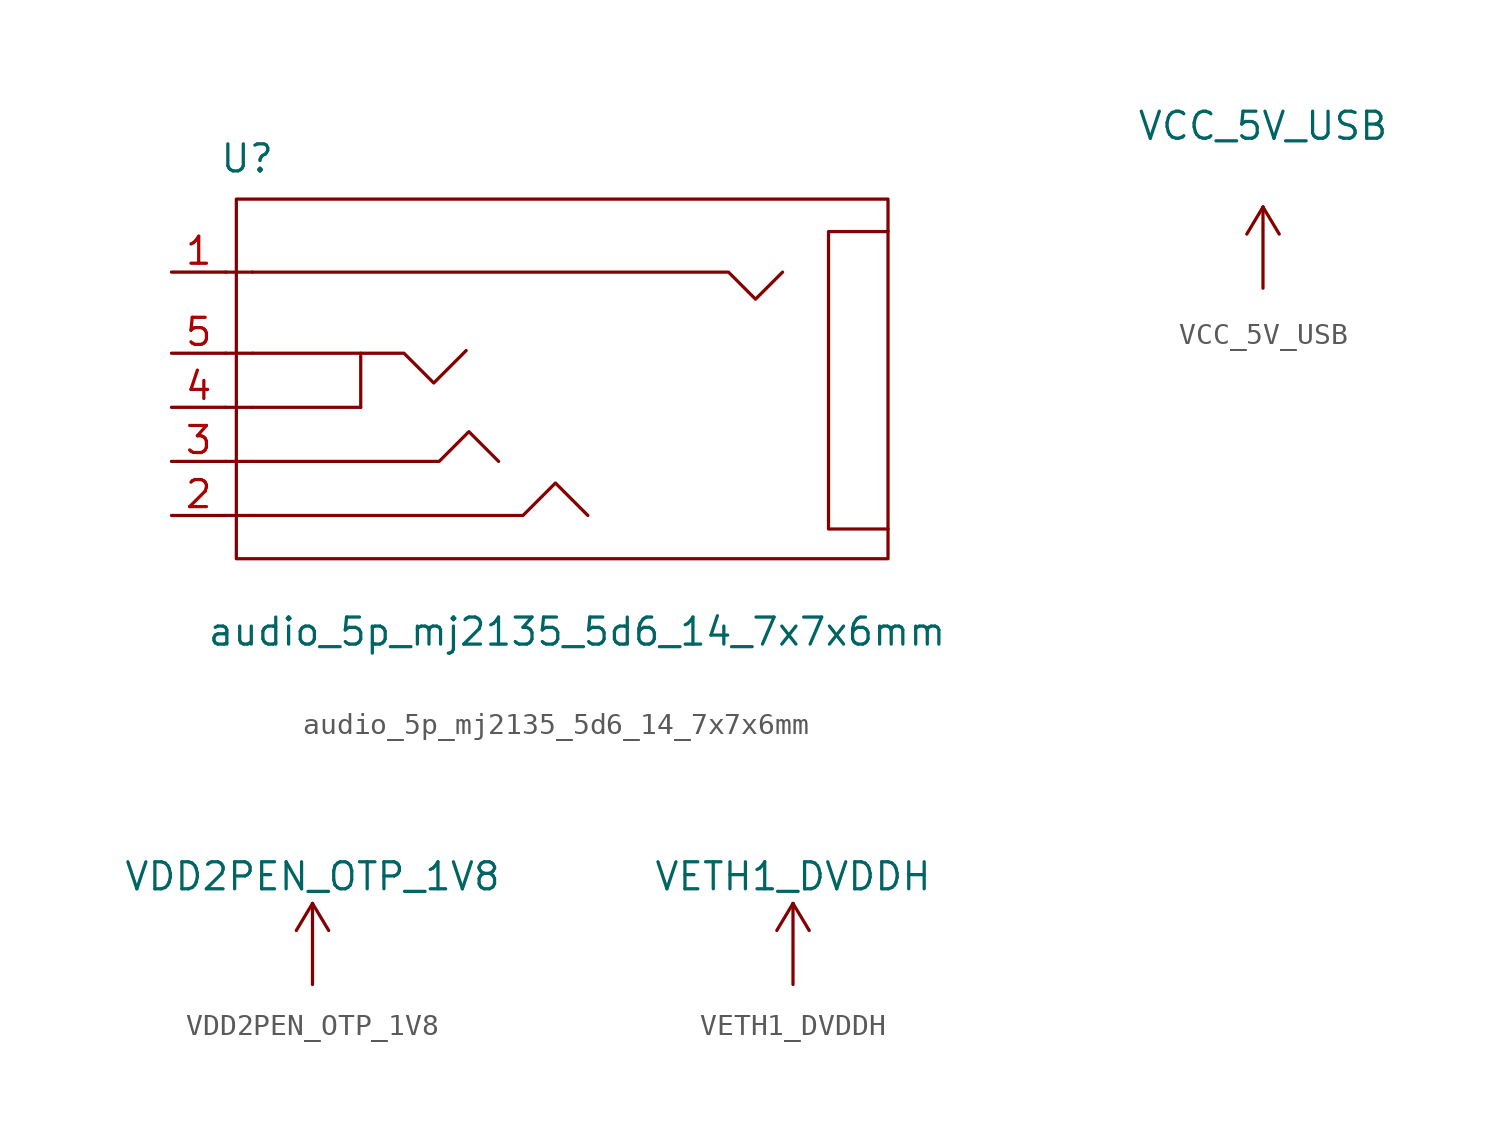
<source format=kicad_sym>
(kicad_symbol_lib
  (version 20201005)
  (generator kicad_symbol_editor)
  (symbol "BeagleV:audio_5p_mj2135_5d6_14_7x7x6mm"
    (property "Reference" "U"
      (at -6.604 9.144 0)
      (effects (font (size 1.27 1.27))))
    (property "Value" "audio_5p_mj2135_5d6_14_7x7x6mm"
      (at 8.89 -13.081 0)
      (effects (font (size 1.27 1.27))))
    (symbol "audio_5p_mj2135_5d6_14_7x7x6mm_0_0"
      (rectangle (start -7.112 7.239) (end 23.495 -9.652) (stroke (width 0.152)) (fill (type none)))
      (polyline (pts (xy -6.35 -2.54) (xy -2.286 -2.54) (xy -1.27 -2.54)) (stroke (width 0.152)) (fill (type none)))
      (polyline (pts (xy -6.35 -7.62) (xy 6.35 -7.62) (xy 7.874 -6.096) (xy 9.398 -7.62)) (stroke (width 0.152)) (fill (type none)))
      (polyline (pts (xy -6.35 -5.08) (xy 2.413 -5.08) (xy 3.81 -3.683) (xy 5.207 -5.08)) (stroke (width 0.152)) (fill (type none)))
      (polyline (pts (xy -6.35 0) (xy 0.762 0) (xy 2.159 -1.397) (xy 3.683 0.127)) (stroke (width 0.152)) (fill (type none)))
      (polyline (pts (xy -6.35 3.81) (xy 16.002 3.81) (xy 17.272 2.54) (xy 18.542 3.81)) (stroke (width 0.152)) (fill (type none)))
      (polyline (pts (xy 23.495 5.715) (xy 20.701 5.715) (xy 20.701 -8.255) (xy 23.495 -8.255)) (stroke (width 0.152)) (fill (type none))))
    (symbol "audio_5p_mj2135_5d6_14_7x7x6mm_0_1"
      (polyline (pts (xy -6.35 -7.62) (xy -7.62 -7.62)) (stroke (width 0.152)) (fill (type none)))
      (polyline (pts (xy -6.35 -5.08) (xy -7.62 -5.08)) (stroke (width 0.152)) (fill (type none)))
      (polyline (pts (xy -6.35 -2.54) (xy -7.62 -2.54)) (stroke (width 0.152)) (fill (type none)))
      (polyline (pts (xy -6.35 0) (xy -7.62 0)) (stroke (width 0.152)) (fill (type none)))
      (polyline (pts (xy -6.35 3.81) (xy -7.62 3.81)) (stroke (width 0.152)) (fill (type none)))
      (polyline (pts (xy -1.27 -2.54) (xy -1.27 0)) (stroke (width 0.152)) (fill (type none))))
    (symbol "audio_5p_mj2135_5d6_14_7x7x6mm_1_1"
      (pin power_in line (at -10.16 3.81 0) (length 2.56) (name "" (effects (font (size 1.27 1.27)))) (number "1" (effects (font (size 1.27 1.27)))))
      (pin power_in line (at -10.16 -7.62 0) (length 2.56) (name "" (effects (font (size 1.27 1.27)))) (number "2" (effects (font (size 1.27 1.27)))))
      (pin input line (at -10.16 -5.08 0) (length 2.56) (name "" (effects (font (size 1.27 1.27)))) (number "3" (effects (font (size 1.27 1.27)))))
      (pin input line (at -10.16 -2.54 0) (length 2.56) (name "" (effects (font (size 1.27 1.27)))) (number "4" (effects (font (size 1.27 1.27)))))
      (pin input line (at -10.16 0 0) (length 2.56) (name "" (effects (font (size 1.27 1.27)))) (number "5" (effects (font (size 1.27 1.27)))))))
  (symbol "BeagleV:VCC_5V_USB"
    (property "Reference" "P"
      (at 0 0 0)
      (effects (font (size 1.27 1.27)) hide))
    (property "Value" "VCC_5V_USB"
      (at 0 7.62 0)
      (effects (font (size 1.27 1.27))))
    (symbol "VCC_5V_USB_0_1"
      (polyline (pts (xy 0 0) (xy 0 3.81)) (stroke (width 0)) (fill (type none)))
      (polyline (pts (xy 0 3.81) (xy -0.762 2.54)) (stroke (width 0)) (fill (type none)))
      (polyline (pts (xy 0 3.81) (xy 0.762 2.54)) (stroke (width 0)) (fill (type none))))
    (symbol "VCC_5V_USB_1_1"
      (pin power_in line (at 0 0 90) (length 0) hide (name "LDO_3V3" (effects (font (size 1.27 1.27)))) (number "1" (effects (font (size 1.27 1.27)))))))
  (symbol "BeagleV:VDD2PEN_OTP_1V8"
    (property "Reference" "P"
      (at 0 0 0)
      (effects (font (size 1.27 1.27)) hide))
    (property "Value" "VDD2PEN_OTP_1V8"
      (at 0 7.62 0)
      (effects (font (size 1.27 1.27))))
    (symbol "VDD2PEN_OTP_1V8_0_1"
      (polyline (pts (xy 0 2.54) (xy 0 6.35)) (stroke (width 0)) (fill (type none)))
      (polyline (pts (xy 0 6.35) (xy -0.762 5.08)) (stroke (width 0)) (fill (type none)))
      (polyline (pts (xy 0 6.35) (xy 0.762 5.08)) (stroke (width 0)) (fill (type none))))
    (symbol "VDD2PEN_OTP_1V8_1_1"
      (pin power_in line (at 0 2.54 90) (length 0) hide (name "LDO_3V3" (effects (font (size 1.27 1.27)))) (number "1" (effects (font (size 1.27 1.27)))))))
  (symbol "BeagleV:VETH1_DVDDH"
    (property "Reference" "P"
      (at 0 0 0)
      (effects (font (size 1.27 1.27)) hide))
    (property "Value" "VETH1_DVDDH"
      (at 0 5.08 0)
      (effects (font (size 1.27 1.27))))
    (symbol "VETH1_DVDDH_0_1"
      (polyline (pts (xy 0 0) (xy 0 3.81)) (stroke (width 0)) (fill (type none)))
      (polyline (pts (xy 0 3.81) (xy -0.762 2.54)) (stroke (width 0)) (fill (type none)))
      (polyline (pts (xy 0 3.81) (xy 0.762 2.54)) (stroke (width 0)) (fill (type none))))
    (symbol "VETH1_DVDDH_1_1"
      (pin power_in line (at 0 0 90) (length 0) hide (name "LDO_3V3" (effects (font (size 1.27 1.27)))) (number "1" (effects (font (size 1.27 1.27))))))))
</source>
